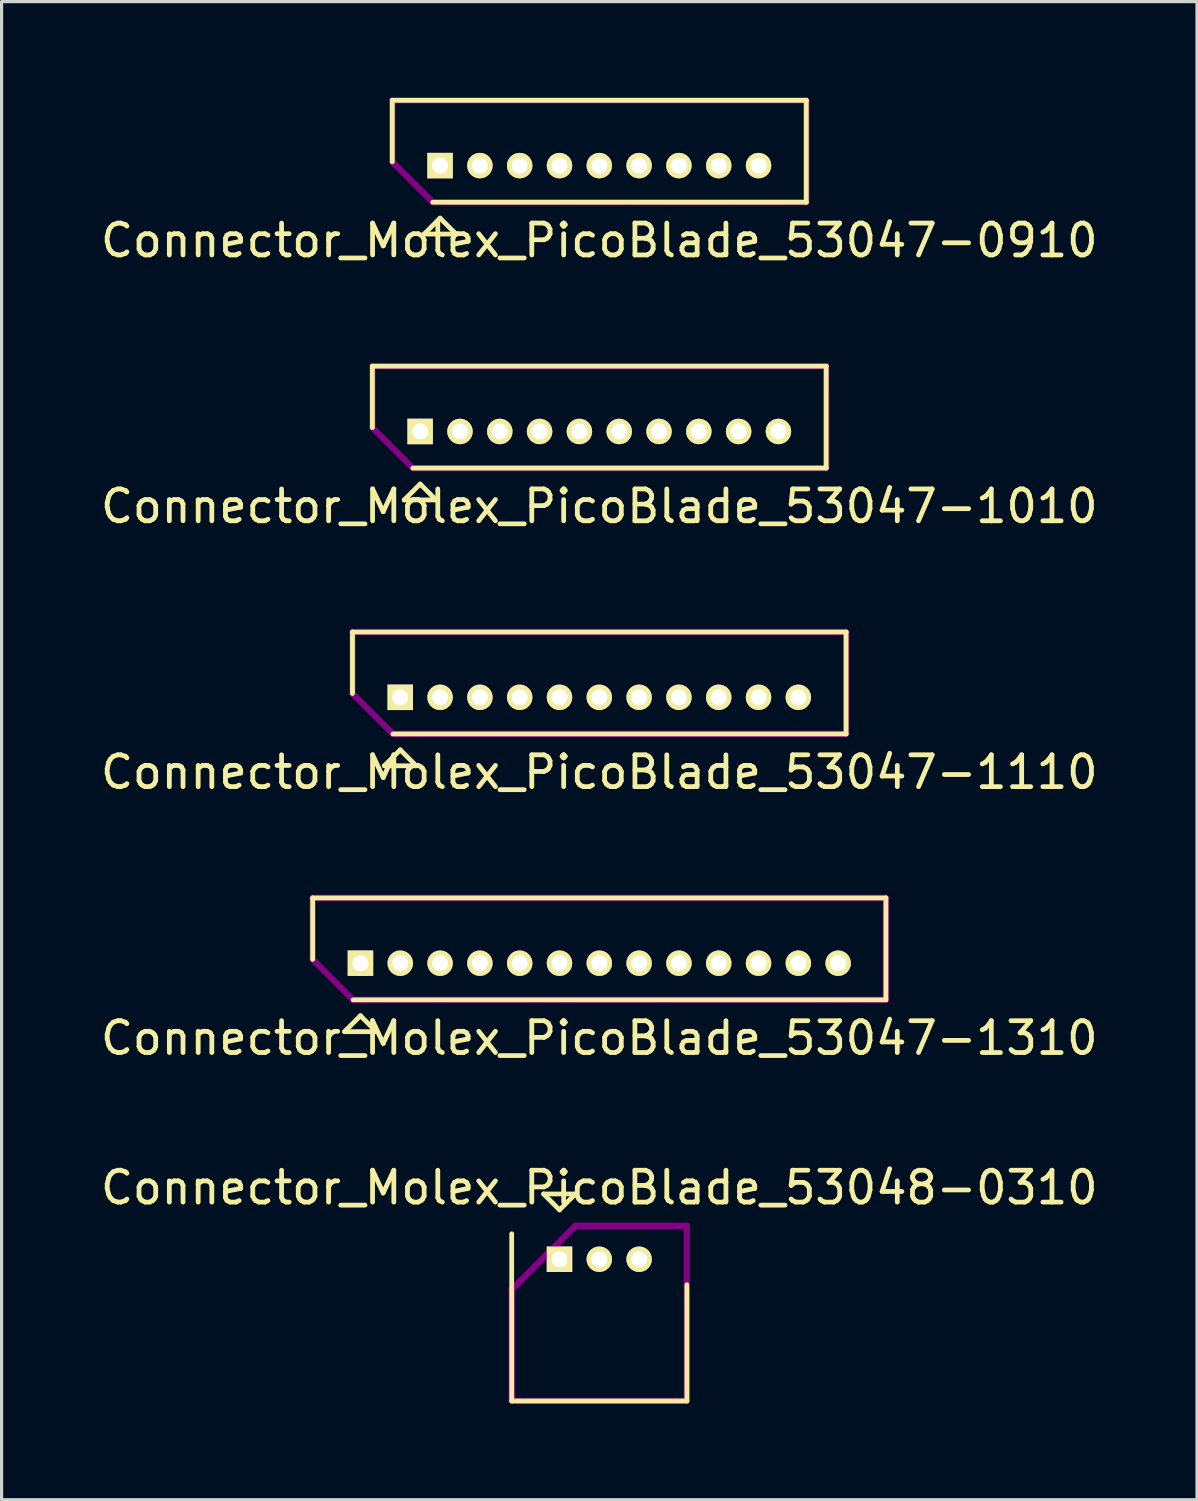
<source format=kicad_pcb>
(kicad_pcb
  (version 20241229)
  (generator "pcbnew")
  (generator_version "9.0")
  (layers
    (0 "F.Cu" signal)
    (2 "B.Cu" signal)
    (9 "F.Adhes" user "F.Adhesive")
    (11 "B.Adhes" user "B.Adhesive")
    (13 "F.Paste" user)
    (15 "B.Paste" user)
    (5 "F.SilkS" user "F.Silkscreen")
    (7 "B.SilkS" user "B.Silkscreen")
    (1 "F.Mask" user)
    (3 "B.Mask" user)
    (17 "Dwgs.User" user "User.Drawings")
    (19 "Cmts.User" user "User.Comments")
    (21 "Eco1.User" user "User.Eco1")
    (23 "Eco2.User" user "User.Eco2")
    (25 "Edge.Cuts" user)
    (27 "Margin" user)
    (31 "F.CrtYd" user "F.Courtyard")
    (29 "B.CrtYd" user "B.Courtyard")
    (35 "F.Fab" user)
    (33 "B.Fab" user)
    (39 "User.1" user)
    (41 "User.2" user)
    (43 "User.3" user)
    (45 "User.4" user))
  (footprint "Connector_Molex_PicoBlade_53047-0910"
    (layer "F.Cu")
    (at 10.768 2.15)
    (property "Reference" "Connector_Molex_PicoBlade_53047-0910" (at 5 2.35 0) (layer "F.SilkS") (effects (font (size 1 1) (thickness 0.15))))
    (attr through_hole)
    (fp_line (start -1.5 -2.05) (end 11.5 -2.05) (stroke (width 0.15) (type solid)) (layer "F.SilkS"))
    (fp_line (start -1.5 -0.12) (end -1.5 -2.05) (stroke (width 0.15) (type solid)) (layer "F.SilkS"))
    (fp_line (start -0.5 2.15) (end 0 1.65) (stroke (width 0.15) (type solid)) (layer "F.SilkS"))
    (fp_line (start 0 1.65) (end 0.5 2.15) (stroke (width 0.15) (type solid)) (layer "F.SilkS"))
    (fp_line (start 0.5 2.15) (end -0.5 2.15) (stroke (width 0.15) (type solid)) (layer "F.SilkS"))
    (fp_line (start 11.5 -2.05) (end 11.5 1.15) (stroke (width 0.15) (type solid)) (layer "F.SilkS"))
    (fp_line (start 11.5 1.15) (end -0.23 1.15) (stroke (width 0.15) (type solid)) (layer "F.SilkS"))
    (fp_line (start -1.5 -2.05) (end 11.5 -2.05) (stroke (width 0.2) (type solid)) (layer "F.Adhes"))
    (fp_line (start -1.5 -0.12) (end -1.5 -2.05) (stroke (width 0.2) (type solid)) (layer "F.Adhes"))
    (fp_line (start -0.23 1.15) (end -1.5 -0.12) (stroke (width 0.2) (type solid)) (layer "F.Adhes"))
    (fp_line (start 11.5 -2.05) (end 11.5 1.15) (stroke (width 0.2) (type solid)) (layer "F.Adhes"))
    (fp_line (start 11.5 1.15) (end -0.23 1.15) (stroke (width 0.2) (type solid)) (layer "F.Adhes"))
    (pad "1" thru_hole rect (at 0 0) (size 0.8 0.8) (drill 0.5) (layers "*.Cu" "*.Mask" "F.SilkS"))
    (pad "2" thru_hole oval (at 1.25 0) (size 0.8 0.8) (drill 0.5) (layers "*.Cu" "*.Mask" "F.SilkS"))
    (pad "3" thru_hole oval (at 2.5 0) (size 0.8 0.8) (drill 0.5) (layers "*.Cu" "*.Mask" "F.SilkS"))
    (pad "4" thru_hole oval (at 3.75 0) (size 0.8 0.8) (drill 0.5) (layers "*.Cu" "*.Mask" "F.SilkS"))
    (pad "5" thru_hole oval (at 5 0) (size 0.8 0.8) (drill 0.5) (layers "*.Cu" "*.Mask" "F.SilkS"))
    (pad "6" thru_hole oval (at 6.25 0) (size 0.8 0.8) (drill 0.5) (layers "*.Cu" "*.Mask" "F.SilkS"))
    (pad "7" thru_hole oval (at 7.5 0) (size 0.8 0.8) (drill 0.5) (layers "*.Cu" "*.Mask" "F.SilkS"))
    (pad "8" thru_hole oval (at 8.75 0) (size 0.8 0.8) (drill 0.5) (layers "*.Cu" "*.Mask" "F.SilkS"))
    (pad "9" thru_hole oval (at 10 0) (size 0.8 0.8) (drill 0.5) (layers "*.Cu" "*.Mask" "F.SilkS")))
  (footprint "Connector_Molex_PicoBlade_53047-1310"
    (layer "F.Cu")
    (at 8.268 27.195)
    (property "Reference" "Connector_Molex_PicoBlade_53047-1310" (at 7.5 2.35 0) (layer "F.SilkS") (effects (font (size 1 1) (thickness 0.15))))
    (attr through_hole)
    (fp_line (start -1.5 -2.05) (end 16.5 -2.05) (stroke (width 0.15) (type solid)) (layer "F.SilkS"))
    (fp_line (start -1.5 -0.12) (end -1.5 -2.05) (stroke (width 0.15) (type solid)) (layer "F.SilkS"))
    (fp_line (start -0.5 2.15) (end 0 1.65) (stroke (width 0.15) (type solid)) (layer "F.SilkS"))
    (fp_line (start 0 1.65) (end 0.5 2.15) (stroke (width 0.15) (type solid)) (layer "F.SilkS"))
    (fp_line (start 0.5 2.15) (end -0.5 2.15) (stroke (width 0.15) (type solid)) (layer "F.SilkS"))
    (fp_line (start 16.5 -2.05) (end 16.5 1.15) (stroke (width 0.15) (type solid)) (layer "F.SilkS"))
    (fp_line (start 16.5 1.15) (end -0.23 1.15) (stroke (width 0.15) (type solid)) (layer "F.SilkS"))
    (fp_line (start -1.5 -2.05) (end 16.5 -2.05) (stroke (width 0.2) (type solid)) (layer "F.Adhes"))
    (fp_line (start -1.5 -0.12) (end -1.5 -2.05) (stroke (width 0.2) (type solid)) (layer "F.Adhes"))
    (fp_line (start -0.23 1.15) (end -1.5 -0.12) (stroke (width 0.2) (type solid)) (layer "F.Adhes"))
    (fp_line (start 16.5 -2.05) (end 16.5 1.15) (stroke (width 0.2) (type solid)) (layer "F.Adhes"))
    (fp_line (start 16.5 1.15) (end -0.23 1.15) (stroke (width 0.2) (type solid)) (layer "F.Adhes"))
    (pad "1" thru_hole rect (at 0 0) (size 0.8 0.8) (drill 0.5) (layers "*.Cu" "*.Mask" "F.SilkS"))
    (pad "2" thru_hole oval (at 1.25 0) (size 0.8 0.8) (drill 0.5) (layers "*.Cu" "*.Mask" "F.SilkS"))
    (pad "3" thru_hole oval (at 2.5 0) (size 0.8 0.8) (drill 0.5) (layers "*.Cu" "*.Mask" "F.SilkS"))
    (pad "4" thru_hole oval (at 3.75 0) (size 0.8 0.8) (drill 0.5) (layers "*.Cu" "*.Mask" "F.SilkS"))
    (pad "5" thru_hole oval (at 5 0) (size 0.8 0.8) (drill 0.5) (layers "*.Cu" "*.Mask" "F.SilkS"))
    (pad "6" thru_hole oval (at 6.25 0) (size 0.8 0.8) (drill 0.5) (layers "*.Cu" "*.Mask" "F.SilkS"))
    (pad "7" thru_hole oval (at 7.5 0) (size 0.8 0.8) (drill 0.5) (layers "*.Cu" "*.Mask" "F.SilkS"))
    (pad "8" thru_hole oval (at 8.75 0) (size 0.8 0.8) (drill 0.5) (layers "*.Cu" "*.Mask" "F.SilkS"))
    (pad "9" thru_hole oval (at 10 0) (size 0.8 0.8) (drill 0.5) (layers "*.Cu" "*.Mask" "F.SilkS"))
    (pad "10" thru_hole oval (at 11.25 0) (size 0.8 0.8) (drill 0.5) (layers "*.Cu" "*.Mask" "F.SilkS"))
    (pad "11" thru_hole oval (at 12.5 0) (size 0.8 0.8) (drill 0.5) (layers "*.Cu" "*.Mask" "F.SilkS"))
    (pad "12" thru_hole oval (at 13.75 0) (size 0.8 0.8) (drill 0.5) (layers "*.Cu" "*.Mask" "F.SilkS"))
    (pad "13" thru_hole oval (at 15 0) (size 0.8 0.8) (drill 0.5) (layers "*.Cu" "*.Mask" "F.SilkS")))
  (footprint "Connector_Molex_PicoBlade_53047-1110"
    (layer "F.Cu")
    (at 9.518 18.846)
    (property "Reference" "Connector_Molex_PicoBlade_53047-1110" (at 6.25 2.35 0) (layer "F.SilkS") (effects (font (size 1 1) (thickness 0.15))))
    (attr through_hole)
    (fp_line (start -1.5 -2.05) (end 14 -2.05) (stroke (width 0.15) (type solid)) (layer "F.SilkS"))
    (fp_line (start -1.5 -0.12) (end -1.5 -2.05) (stroke (width 0.15) (type solid)) (layer "F.SilkS"))
    (fp_line (start -0.5 2.15) (end 0 1.65) (stroke (width 0.15) (type solid)) (layer "F.SilkS"))
    (fp_line (start 0 1.65) (end 0.5 2.15) (stroke (width 0.15) (type solid)) (layer "F.SilkS"))
    (fp_line (start 0.5 2.15) (end -0.5 2.15) (stroke (width 0.15) (type solid)) (layer "F.SilkS"))
    (fp_line (start 14 -2.05) (end 14 1.15) (stroke (width 0.15) (type solid)) (layer "F.SilkS"))
    (fp_line (start 14 1.15) (end -0.23 1.15) (stroke (width 0.15) (type solid)) (layer "F.SilkS"))
    (fp_line (start -1.5 -2.05) (end 14 -2.05) (stroke (width 0.2) (type solid)) (layer "F.Adhes"))
    (fp_line (start -1.5 -0.12) (end -1.5 -2.05) (stroke (width 0.2) (type solid)) (layer "F.Adhes"))
    (fp_line (start -0.23 1.15) (end -1.5 -0.12) (stroke (width 0.2) (type solid)) (layer "F.Adhes"))
    (fp_line (start 14 -2.05) (end 14 1.15) (stroke (width 0.2) (type solid)) (layer "F.Adhes"))
    (fp_line (start 14 1.15) (end -0.23 1.15) (stroke (width 0.2) (type solid)) (layer "F.Adhes"))
    (pad "1" thru_hole rect (at 0 0) (size 0.8 0.8) (drill 0.5) (layers "*.Cu" "*.Mask" "F.SilkS"))
    (pad "2" thru_hole oval (at 1.25 0) (size 0.8 0.8) (drill 0.5) (layers "*.Cu" "*.Mask" "F.SilkS"))
    (pad "3" thru_hole oval (at 2.5 0) (size 0.8 0.8) (drill 0.5) (layers "*.Cu" "*.Mask" "F.SilkS"))
    (pad "4" thru_hole oval (at 3.75 0) (size 0.8 0.8) (drill 0.5) (layers "*.Cu" "*.Mask" "F.SilkS"))
    (pad "5" thru_hole oval (at 5 0) (size 0.8 0.8) (drill 0.5) (layers "*.Cu" "*.Mask" "F.SilkS"))
    (pad "6" thru_hole oval (at 6.25 0) (size 0.8 0.8) (drill 0.5) (layers "*.Cu" "*.Mask" "F.SilkS"))
    (pad "7" thru_hole oval (at 7.5 0) (size 0.8 0.8) (drill 0.5) (layers "*.Cu" "*.Mask" "F.SilkS"))
    (pad "8" thru_hole oval (at 8.75 0) (size 0.8 0.8) (drill 0.5) (layers "*.Cu" "*.Mask" "F.SilkS"))
    (pad "9" thru_hole oval (at 10 0) (size 0.8 0.8) (drill 0.5) (layers "*.Cu" "*.Mask" "F.SilkS"))
    (pad "10" thru_hole oval (at 11.25 0) (size 0.8 0.8) (drill 0.5) (layers "*.Cu" "*.Mask" "F.SilkS"))
    (pad "11" thru_hole oval (at 12.5 0) (size 0.8 0.8) (drill 0.5) (layers "*.Cu" "*.Mask" "F.SilkS")))
  (footprint "Connector_Molex_PicoBlade_53047-1010"
    (layer "F.Cu")
    (at 10.143 10.498)
    (property "Reference" "Connector_Molex_PicoBlade_53047-1010" (at 5.625 2.35 0) (layer "F.SilkS") (effects (font (size 1 1) (thickness 0.15))))
    (attr through_hole)
    (fp_line (start -1.5 -2.05) (end 12.75 -2.05) (stroke (width 0.15) (type solid)) (layer "F.SilkS"))
    (fp_line (start -1.5 -0.12) (end -1.5 -2.05) (stroke (width 0.15) (type solid)) (layer "F.SilkS"))
    (fp_line (start -0.5 2.15) (end 0 1.65) (stroke (width 0.15) (type solid)) (layer "F.SilkS"))
    (fp_line (start 0 1.65) (end 0.5 2.15) (stroke (width 0.15) (type solid)) (layer "F.SilkS"))
    (fp_line (start 0.5 2.15) (end -0.5 2.15) (stroke (width 0.15) (type solid)) (layer "F.SilkS"))
    (fp_line (start 12.75 -2.05) (end 12.75 1.15) (stroke (width 0.15) (type solid)) (layer "F.SilkS"))
    (fp_line (start 12.75 1.15) (end -0.23 1.15) (stroke (width 0.15) (type solid)) (layer "F.SilkS"))
    (fp_line (start -1.5 -2.05) (end 12.75 -2.05) (stroke (width 0.2) (type solid)) (layer "F.Adhes"))
    (fp_line (start -1.5 -0.12) (end -1.5 -2.05) (stroke (width 0.2) (type solid)) (layer "F.Adhes"))
    (fp_line (start -0.23 1.15) (end -1.5 -0.12) (stroke (width 0.2) (type solid)) (layer "F.Adhes"))
    (fp_line (start 12.75 -2.05) (end 12.75 1.15) (stroke (width 0.2) (type solid)) (layer "F.Adhes"))
    (fp_line (start 12.75 1.15) (end -0.23 1.15) (stroke (width 0.2) (type solid)) (layer "F.Adhes"))
    (pad "1" thru_hole rect (at 0 0) (size 0.8 0.8) (drill 0.5) (layers "*.Cu" "*.Mask" "F.SilkS"))
    (pad "2" thru_hole oval (at 1.25 0) (size 0.8 0.8) (drill 0.5) (layers "*.Cu" "*.Mask" "F.SilkS"))
    (pad "3" thru_hole oval (at 2.5 0) (size 0.8 0.8) (drill 0.5) (layers "*.Cu" "*.Mask" "F.SilkS"))
    (pad "4" thru_hole oval (at 3.75 0) (size 0.8 0.8) (drill 0.5) (layers "*.Cu" "*.Mask" "F.SilkS"))
    (pad "5" thru_hole oval (at 5 0) (size 0.8 0.8) (drill 0.5) (layers "*.Cu" "*.Mask" "F.SilkS"))
    (pad "6" thru_hole oval (at 6.25 0) (size 0.8 0.8) (drill 0.5) (layers "*.Cu" "*.Mask" "F.SilkS"))
    (pad "7" thru_hole oval (at 7.5 0) (size 0.8 0.8) (drill 0.5) (layers "*.Cu" "*.Mask" "F.SilkS"))
    (pad "8" thru_hole oval (at 8.75 0) (size 0.8 0.8) (drill 0.5) (layers "*.Cu" "*.Mask" "F.SilkS"))
    (pad "9" thru_hole oval (at 10 0) (size 0.8 0.8) (drill 0.5) (layers "*.Cu" "*.Mask" "F.SilkS"))
    (pad "10" thru_hole oval (at 11.25 0) (size 0.8 0.8) (drill 0.5) (layers "*.Cu" "*.Mask" "F.SilkS")))
  (footprint "Connector_Molex_PicoBlade_53048-0310"
    (layer "F.Cu")
    (at 14.518 36.491)
    (property "Reference" "Connector_Molex_PicoBlade_53048-0310" (at 1.25 -2.25 0) (layer "F.SilkS") (effects (font (size 1 1) (thickness 0.15))))
    (attr through_hole)
    (fp_line (start -1.5 -0.8) (end -1.5 4.45) (stroke (width 0.15) (type solid)) (layer "F.SilkS"))
    (fp_line (start -1.5 4.45) (end 4 4.45) (stroke (width 0.15) (type solid)) (layer "F.SilkS"))
    (fp_line (start -0.5 -2.05) (end 0.5 -2.05) (stroke (width 0.15) (type solid)) (layer "F.SilkS"))
    (fp_line (start 0 -1.55) (end -0.5 -2.05) (stroke (width 0.15) (type solid)) (layer "F.SilkS"))
    (fp_line (start 0.5 -2.05) (end 0 -1.55) (stroke (width 0.15) (type solid)) (layer "F.SilkS"))
    (fp_line (start 4 4.45) (end 4 0.8) (stroke (width 0.15) (type solid)) (layer "F.SilkS"))
    (fp_line (start -1.5 0.95) (end -1.5 4.45) (stroke (width 0.2) (type solid)) (layer "F.Adhes"))
    (fp_line (start -1.5 4.45) (end 4 4.45) (stroke (width 0.2) (type solid)) (layer "F.Adhes"))
    (fp_line (start 0.5 -1.05) (end -1.5 0.95) (stroke (width 0.2) (type solid)) (layer "F.Adhes"))
    (fp_line (start 4 -1.05) (end 0.5 -1.05) (stroke (width 0.2) (type solid)) (layer "F.Adhes"))
    (fp_line (start 4 4.45) (end 4 -1.05) (stroke (width 0.2) (type solid)) (layer "F.Adhes"))
    (pad "1" thru_hole rect (at 0 0) (size 0.8 0.8) (drill 0.5) (layers "*.Cu" "*.Mask" "F.SilkS"))
    (pad "2" thru_hole oval (at 1.25 0) (size 0.8 0.8) (drill 0.5) (layers "*.Cu" "*.Mask" "F.SilkS"))
    (pad "3" thru_hole oval (at 2.5 0) (size 0.8 0.8) (drill 0.5) (layers "*.Cu" "*.Mask" "F.SilkS")))
  (gr_rect
    (start -3 -3)
    (end 34.536 44.041)
    (stroke (width 0.1) (type default))
    (fill no)
    (layer "Edge.Cuts")))
</source>
